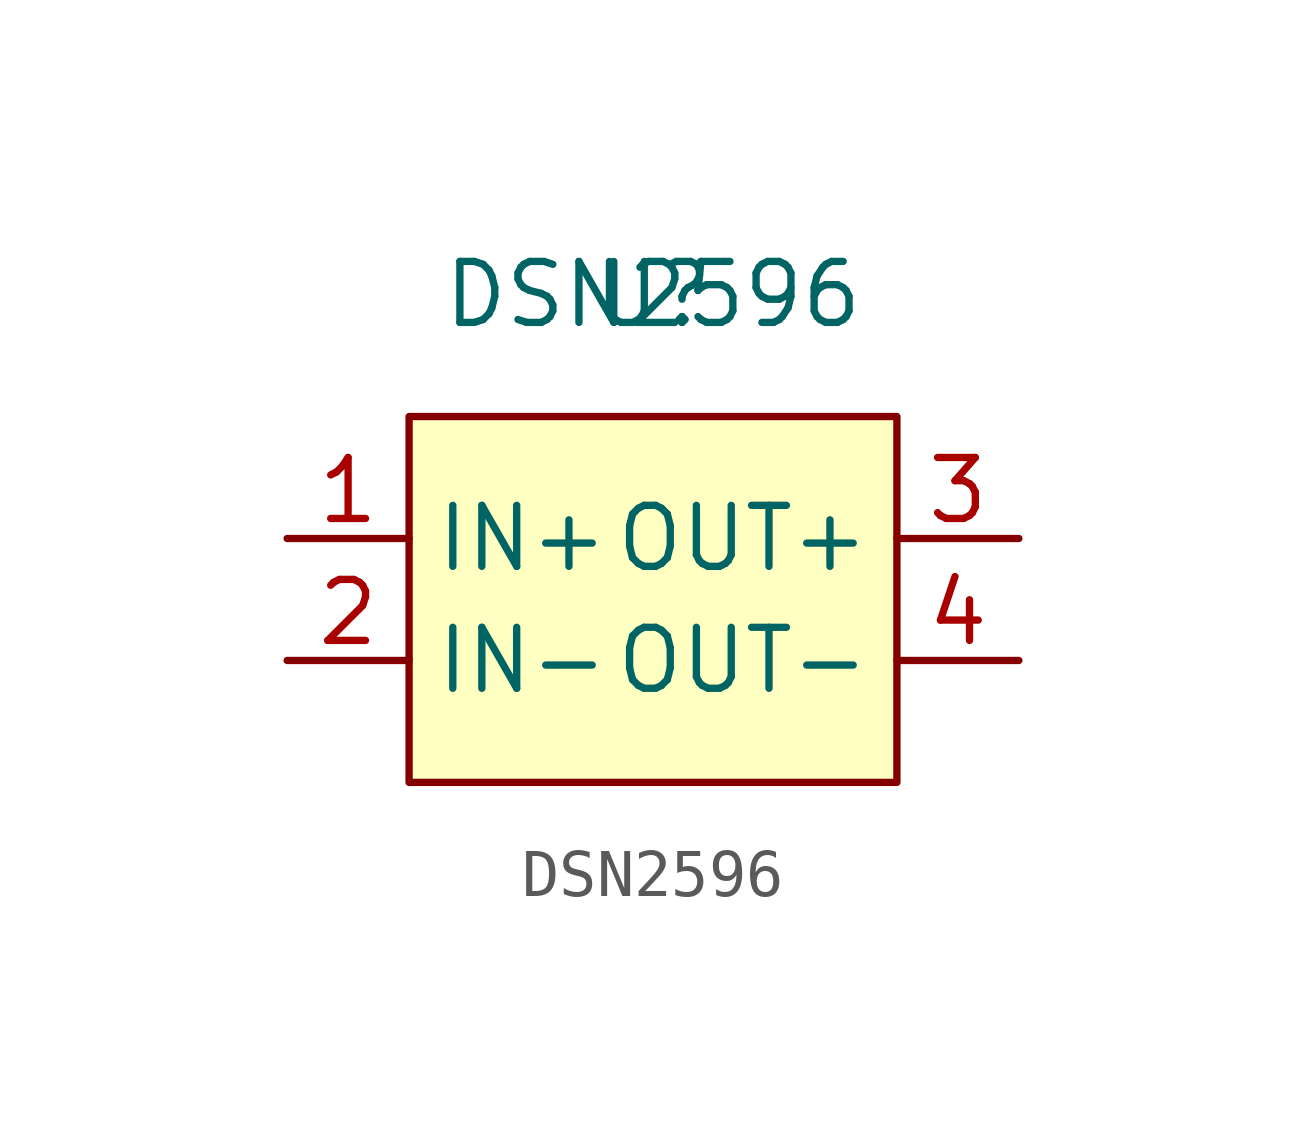
<source format=kicad_sym>
(kicad_symbol_lib
  (version 20211014)
  (generator kicad_symbol_editor)
  (symbol "DSN2596"
    (property "Reference" "U"
      (at 0 0 0)
      (effects (font (size 1.27 1.27))))
    (property "Value" "DSN2596"
      (at 0 0 0)
      (effects (font (size 1.27 1.27))))
    (symbol "DSN2596_0_1"
      (rectangle (start -5.08 -2.54) (end 5.08 -10.16) (stroke (width 0) (type default) (color 0 0 0 0)) (fill (type background))))
    (symbol "DSN2596_1_1"
      (pin input line (at -7.62 -5.08 0) (length 2.54) (name "IN+" (effects (font (size 1.27 1.27)))) (number "1" (effects (font (size 1.27 1.27)))))
      (pin input line (at -7.62 -7.62 0) (length 2.54) (name "IN-" (effects (font (size 1.27 1.27)))) (number "2" (effects (font (size 1.27 1.27)))))
      (pin output line (at 7.62 -5.08 180) (length 2.54) (name "OUT+" (effects (font (size 1.27 1.27)))) (number "3" (effects (font (size 1.27 1.27)))))
      (pin output line (at 7.62 -7.62 180) (length 2.54) (name "OUT-" (effects (font (size 1.27 1.27)))) (number "4" (effects (font (size 1.27 1.27))))))))
</source>
